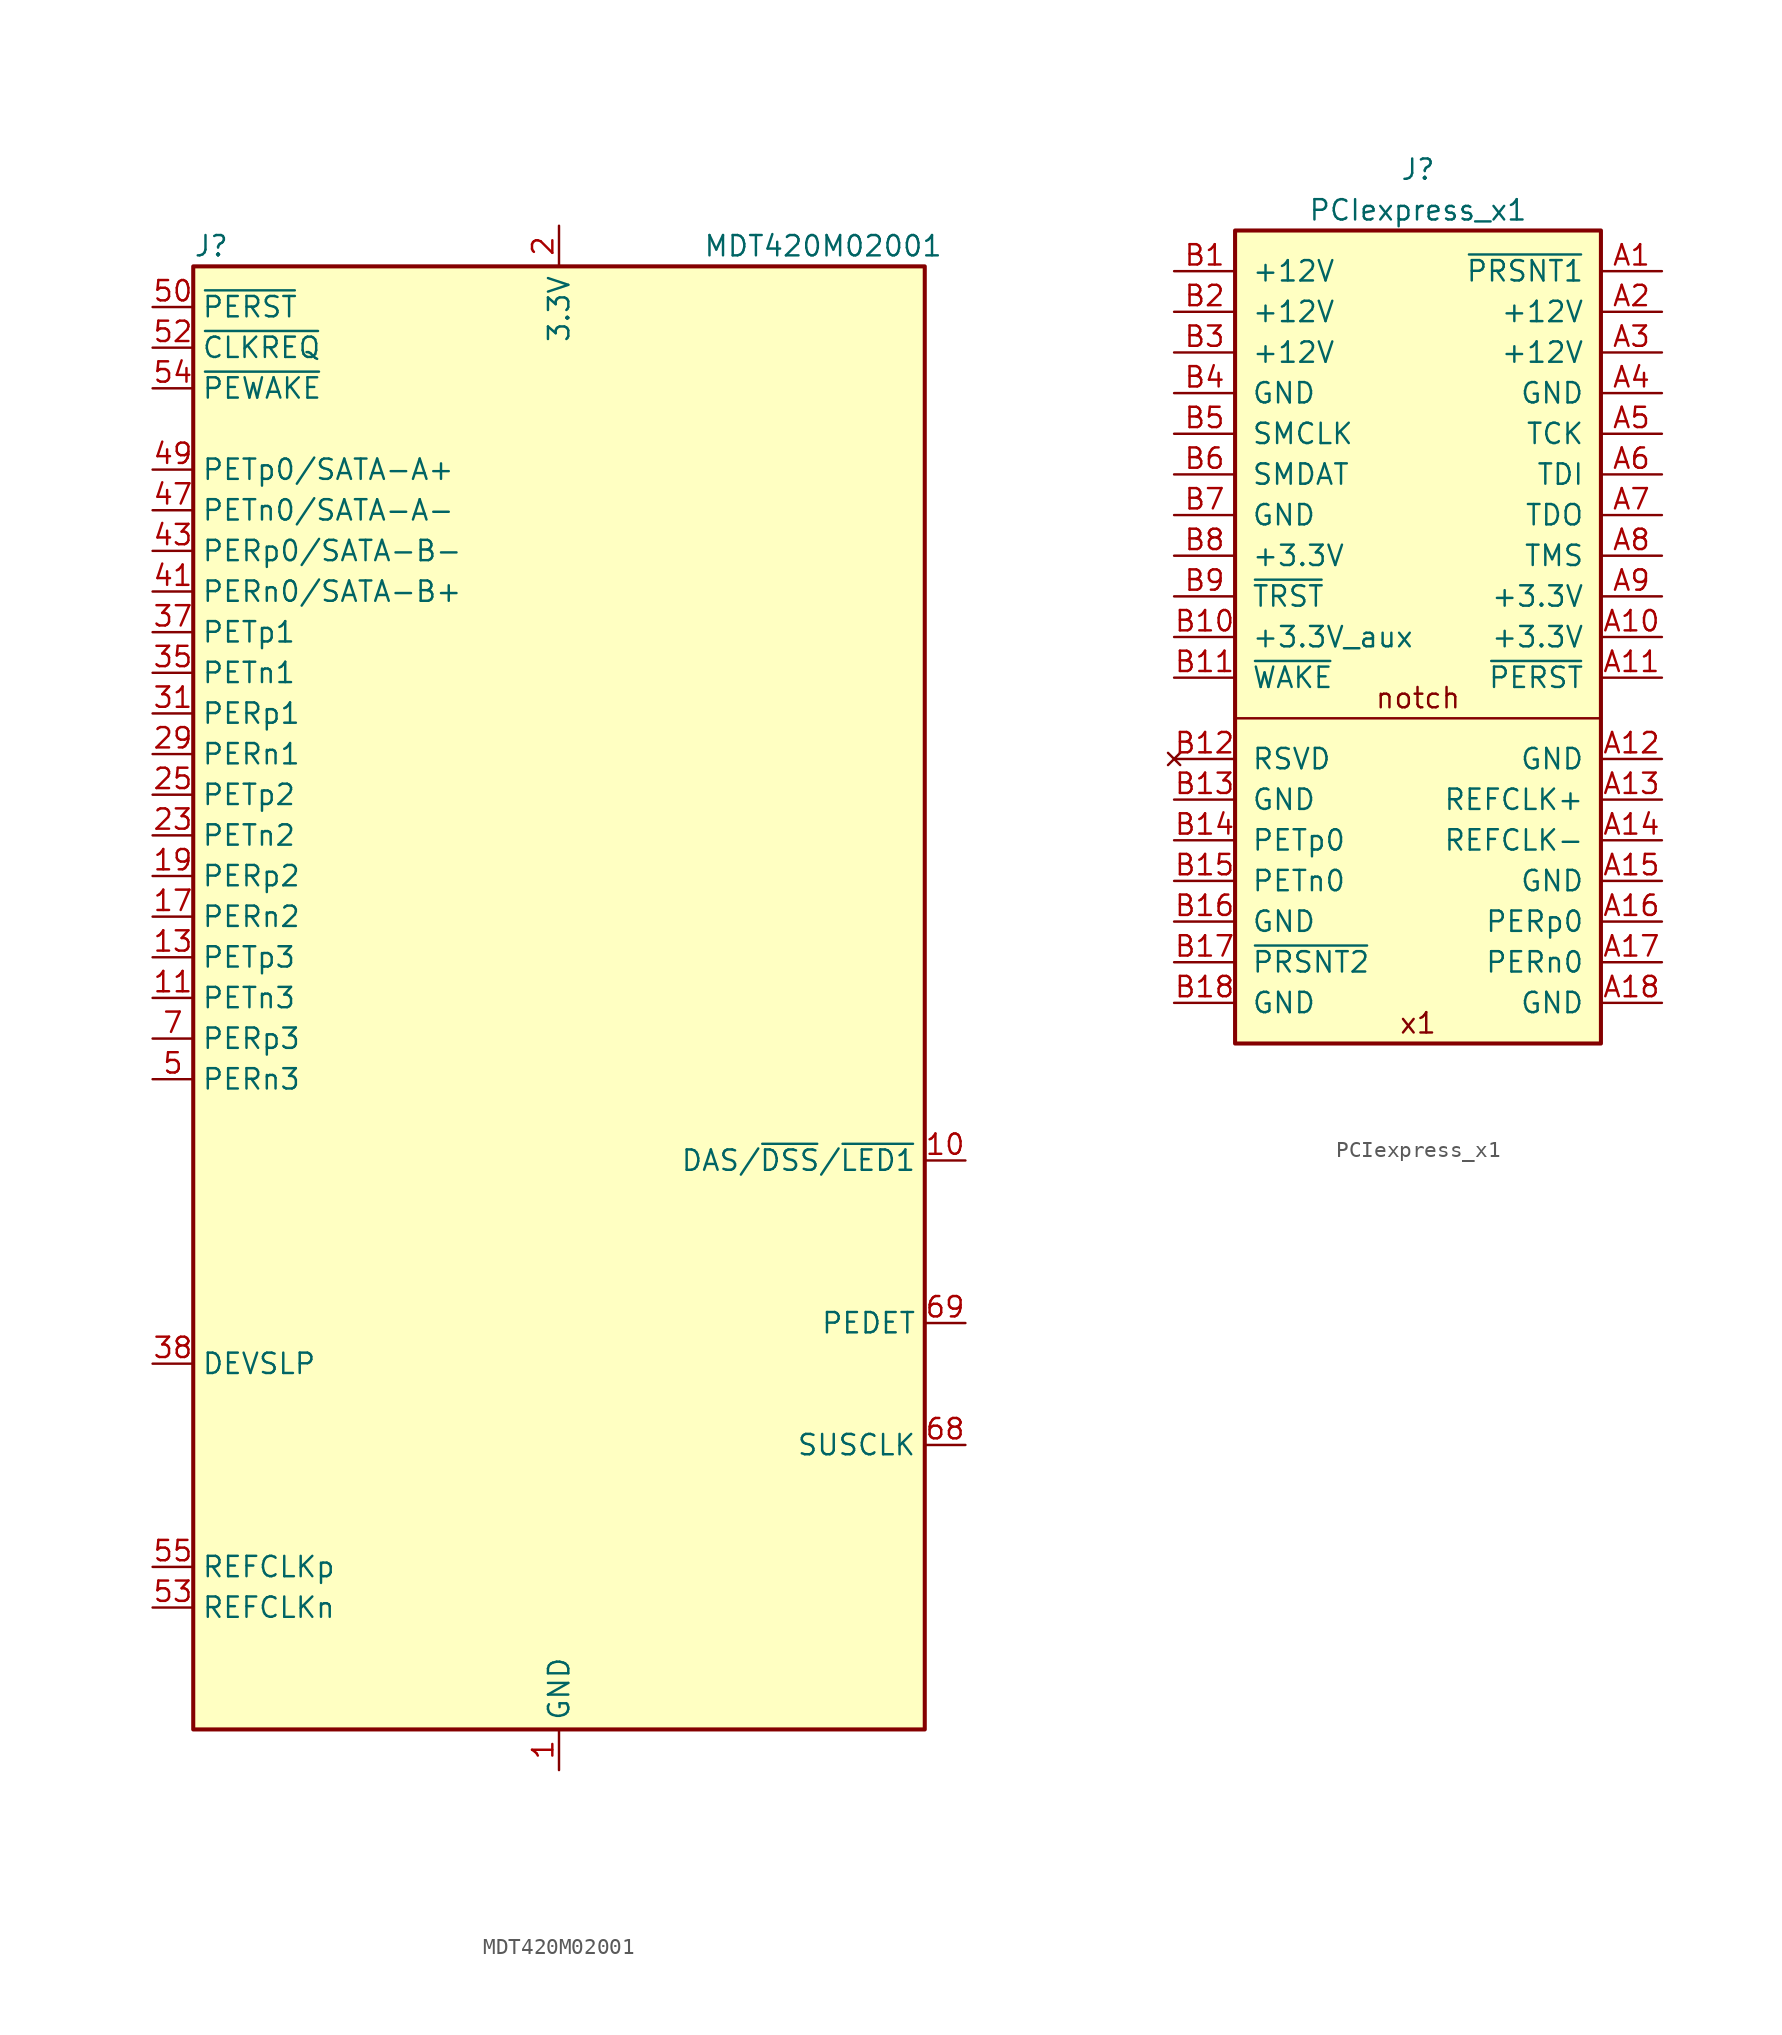
<source format=kicad_sym>
(kicad_symbol_lib
  (version 20231120)
  (generator "kicad_symbol_editor")
  (generator_version "8.0")
  (symbol "MDT420M02001"
    (property "Reference" "J"
      (at -22.86 46.99 0)
      (effects (font (size 1.27 1.27)) (justify left)))
    (property "Value" "MDT420M02001"
      (at 16.51 46.99 0)
      (effects (font (size 1.27 1.27))))
    (symbol "MDT420M02001_0_1"
      (rectangle (start -22.86 45.72) (end 22.86 -45.72) (stroke (width 0.254) (type default)) (fill (type background))))
    (symbol "MDT420M02001_1_1"
      (pin power_in line (at 0 -48.26 90) (length 2.54) (name "GND" (effects (font (size 1.27 1.27)))) (number "1" (effects (font (size 1.27 1.27)))))
      (pin bidirectional line (at 25.4 -10.16 180) (length 2.54) (name "DAS/~{DSS}/~{LED1}" (effects (font (size 1.27 1.27)))) (number "10" (effects (font (size 1.27 1.27)))))
      (pin output line (at -25.4 0 0) (length 2.54) (name "PETn3" (effects (font (size 1.27 1.27)))) (number "11" (effects (font (size 1.27 1.27)))))
      (pin passive line (at 0 48.26 270) (length 2.54) hide (name "3.3V" (effects (font (size 1.27 1.27)))) (number "12" (effects (font (size 1.27 1.27)))))
      (pin output line (at -25.4 2.54 0) (length 2.54) (name "PETp3" (effects (font (size 1.27 1.27)))) (number "13" (effects (font (size 1.27 1.27)))))
      (pin passive line (at 0 48.26 270) (length 2.54) hide (name "3.3V" (effects (font (size 1.27 1.27)))) (number "14" (effects (font (size 1.27 1.27)))))
      (pin passive line (at 0 -48.26 90) (length 2.54) hide (name "GND" (effects (font (size 1.27 1.27)))) (number "15" (effects (font (size 1.27 1.27)))))
      (pin passive line (at 0 48.26 270) (length 2.54) hide (name "3.3V" (effects (font (size 1.27 1.27)))) (number "16" (effects (font (size 1.27 1.27)))))
      (pin input line (at -25.4 5.08 0) (length 2.54) (name "PERn2" (effects (font (size 1.27 1.27)))) (number "17" (effects (font (size 1.27 1.27)))))
      (pin passive line (at 0 48.26 270) (length 2.54) hide (name "3.3V" (effects (font (size 1.27 1.27)))) (number "18" (effects (font (size 1.27 1.27)))))
      (pin input line (at -25.4 7.62 0) (length 2.54) (name "PERp2" (effects (font (size 1.27 1.27)))) (number "19" (effects (font (size 1.27 1.27)))))
      (pin power_in line (at 0 48.26 270) (length 2.54) (name "3.3V" (effects (font (size 1.27 1.27)))) (number "2" (effects (font (size 1.27 1.27)))))
      (pin no_connect line (at 22.86 2.54 180) (length 2.54) hide (name "NC" (effects (font (size 1.27 1.27)))) (number "20" (effects (font (size 1.27 1.27)))))
      (pin passive line (at 0 -48.26 90) (length 2.54) hide (name "GND" (effects (font (size 1.27 1.27)))) (number "21" (effects (font (size 1.27 1.27)))))
      (pin no_connect line (at 22.86 5.08 180) (length 2.54) hide (name "NC" (effects (font (size 1.27 1.27)))) (number "22" (effects (font (size 1.27 1.27)))))
      (pin output line (at -25.4 10.16 0) (length 2.54) (name "PETn2" (effects (font (size 1.27 1.27)))) (number "23" (effects (font (size 1.27 1.27)))))
      (pin no_connect line (at 22.86 7.62 180) (length 2.54) hide (name "NC" (effects (font (size 1.27 1.27)))) (number "24" (effects (font (size 1.27 1.27)))))
      (pin output line (at -25.4 12.7 0) (length 2.54) (name "PETp2" (effects (font (size 1.27 1.27)))) (number "25" (effects (font (size 1.27 1.27)))))
      (pin no_connect line (at 22.86 10.16 180) (length 2.54) hide (name "NC" (effects (font (size 1.27 1.27)))) (number "26" (effects (font (size 1.27 1.27)))))
      (pin passive line (at 0 -48.26 90) (length 2.54) hide (name "GND" (effects (font (size 1.27 1.27)))) (number "27" (effects (font (size 1.27 1.27)))))
      (pin no_connect line (at 22.86 12.7 180) (length 2.54) hide (name "NC" (effects (font (size 1.27 1.27)))) (number "28" (effects (font (size 1.27 1.27)))))
      (pin input line (at -25.4 15.24 0) (length 2.54) (name "PERn1" (effects (font (size 1.27 1.27)))) (number "29" (effects (font (size 1.27 1.27)))))
      (pin passive line (at 0 -48.26 90) (length 2.54) hide (name "GND" (effects (font (size 1.27 1.27)))) (number "3" (effects (font (size 1.27 1.27)))))
      (pin no_connect line (at 22.86 15.24 180) (length 2.54) hide (name "NC" (effects (font (size 1.27 1.27)))) (number "30" (effects (font (size 1.27 1.27)))))
      (pin input line (at -25.4 17.78 0) (length 2.54) (name "PERp1" (effects (font (size 1.27 1.27)))) (number "31" (effects (font (size 1.27 1.27)))))
      (pin no_connect line (at 22.86 17.78 180) (length 2.54) hide (name "NC" (effects (font (size 1.27 1.27)))) (number "32" (effects (font (size 1.27 1.27)))))
      (pin passive line (at 0 -48.26 90) (length 2.54) hide (name "GND" (effects (font (size 1.27 1.27)))) (number "33" (effects (font (size 1.27 1.27)))))
      (pin no_connect line (at 22.86 20.32 180) (length 2.54) hide (name "NC" (effects (font (size 1.27 1.27)))) (number "34" (effects (font (size 1.27 1.27)))))
      (pin output line (at -25.4 20.32 0) (length 2.54) (name "PETn1" (effects (font (size 1.27 1.27)))) (number "35" (effects (font (size 1.27 1.27)))))
      (pin no_connect line (at 22.86 22.86 180) (length 2.54) hide (name "NC" (effects (font (size 1.27 1.27)))) (number "36" (effects (font (size 1.27 1.27)))))
      (pin output line (at -25.4 22.86 0) (length 2.54) (name "PETp1" (effects (font (size 1.27 1.27)))) (number "37" (effects (font (size 1.27 1.27)))))
      (pin output line (at -25.4 -22.86 0) (length 2.54) (name "DEVSLP" (effects (font (size 1.27 1.27)))) (number "38" (effects (font (size 1.27 1.27)))))
      (pin passive line (at 0 -48.26 90) (length 2.54) hide (name "GND" (effects (font (size 1.27 1.27)))) (number "39" (effects (font (size 1.27 1.27)))))
      (pin passive line (at 0 48.26 270) (length 2.54) hide (name "3.3V" (effects (font (size 1.27 1.27)))) (number "4" (effects (font (size 1.27 1.27)))))
      (pin no_connect line (at 22.86 25.4 180) (length 2.54) hide (name "NC" (effects (font (size 1.27 1.27)))) (number "40" (effects (font (size 1.27 1.27)))))
      (pin input line (at -25.4 25.4 0) (length 2.54) (name "PERn0/SATA-B+" (effects (font (size 1.27 1.27)))) (number "41" (effects (font (size 1.27 1.27)))))
      (pin no_connect line (at 22.86 27.94 180) (length 2.54) hide (name "NC" (effects (font (size 1.27 1.27)))) (number "42" (effects (font (size 1.27 1.27)))))
      (pin input line (at -25.4 27.94 0) (length 2.54) (name "PERp0/SATA-B-" (effects (font (size 1.27 1.27)))) (number "43" (effects (font (size 1.27 1.27)))))
      (pin no_connect line (at 22.86 30.48 180) (length 2.54) hide (name "NC" (effects (font (size 1.27 1.27)))) (number "44" (effects (font (size 1.27 1.27)))))
      (pin passive line (at 0 -48.26 90) (length 2.54) hide (name "GND" (effects (font (size 1.27 1.27)))) (number "45" (effects (font (size 1.27 1.27)))))
      (pin no_connect line (at 22.86 33.02 180) (length 2.54) hide (name "NC" (effects (font (size 1.27 1.27)))) (number "46" (effects (font (size 1.27 1.27)))))
      (pin output line (at -25.4 30.48 0) (length 2.54) (name "PETn0/SATA-A-" (effects (font (size 1.27 1.27)))) (number "47" (effects (font (size 1.27 1.27)))))
      (pin no_connect line (at 22.86 35.56 180) (length 2.54) hide (name "NC" (effects (font (size 1.27 1.27)))) (number "48" (effects (font (size 1.27 1.27)))))
      (pin output line (at -25.4 33.02 0) (length 2.54) (name "PETp0/SATA-A+" (effects (font (size 1.27 1.27)))) (number "49" (effects (font (size 1.27 1.27)))))
      (pin input line (at -25.4 -5.08 0) (length 2.54) (name "PERn3" (effects (font (size 1.27 1.27)))) (number "5" (effects (font (size 1.27 1.27)))))
      (pin output line (at -25.4 43.18 0) (length 2.54) (name "~{PERST}" (effects (font (size 1.27 1.27)))) (number "50" (effects (font (size 1.27 1.27)))))
      (pin passive line (at 0 -48.26 90) (length 2.54) hide (name "GND" (effects (font (size 1.27 1.27)))) (number "51" (effects (font (size 1.27 1.27)))))
      (pin bidirectional line (at -25.4 40.64 0) (length 2.54) (name "~{CLKREQ}" (effects (font (size 1.27 1.27)))) (number "52" (effects (font (size 1.27 1.27)))))
      (pin output line (at -25.4 -38.1 0) (length 2.54) (name "REFCLKn" (effects (font (size 1.27 1.27)))) (number "53" (effects (font (size 1.27 1.27)))))
      (pin bidirectional line (at -25.4 38.1 0) (length 2.54) (name "~{PEWAKE}" (effects (font (size 1.27 1.27)))) (number "54" (effects (font (size 1.27 1.27)))))
      (pin output line (at -25.4 -35.56 0) (length 2.54) (name "REFCLKp" (effects (font (size 1.27 1.27)))) (number "55" (effects (font (size 1.27 1.27)))))
      (pin no_connect line (at 22.86 38.1 180) (length 2.54) hide (name "NC" (effects (font (size 1.27 1.27)))) (number "56" (effects (font (size 1.27 1.27)))))
      (pin passive line (at 0 -48.26 90) (length 2.54) hide (name "GND" (effects (font (size 1.27 1.27)))) (number "57" (effects (font (size 1.27 1.27)))))
      (pin no_connect line (at 22.86 40.64 180) (length 2.54) hide (name "NC" (effects (font (size 1.27 1.27)))) (number "58" (effects (font (size 1.27 1.27)))))
      (pin no_connect line (at 22.86 -2.54 180) (length 2.54) hide (name "NC" (effects (font (size 1.27 1.27)))) (number "6" (effects (font (size 1.27 1.27)))))
      (pin no_connect line (at 22.86 -5.08 180) (length 2.54) hide (name "NC" (effects (font (size 1.27 1.27)))) (number "67" (effects (font (size 1.27 1.27)))))
      (pin output line (at 25.4 -27.94 180) (length 2.54) (name "SUSCLK" (effects (font (size 1.27 1.27)))) (number "68" (effects (font (size 1.27 1.27)))))
      (pin passive line (at 25.4 -20.32 180) (length 2.54) (name "PEDET" (effects (font (size 1.27 1.27)))) (number "69" (effects (font (size 1.27 1.27)))))
      (pin input line (at -25.4 -2.54 0) (length 2.54) (name "PERp3" (effects (font (size 1.27 1.27)))) (number "7" (effects (font (size 1.27 1.27)))))
      (pin passive line (at 0 48.26 270) (length 2.54) hide (name "3.3V" (effects (font (size 1.27 1.27)))) (number "70" (effects (font (size 1.27 1.27)))))
      (pin passive line (at 0 -48.26 90) (length 2.54) hide (name "GND" (effects (font (size 1.27 1.27)))) (number "71" (effects (font (size 1.27 1.27)))))
      (pin passive line (at 0 48.26 270) (length 2.54) hide (name "3.3V" (effects (font (size 1.27 1.27)))) (number "72" (effects (font (size 1.27 1.27)))))
      (pin passive line (at 0 -48.26 90) (length 2.54) hide (name "GND" (effects (font (size 1.27 1.27)))) (number "73" (effects (font (size 1.27 1.27)))))
      (pin passive line (at 0 48.26 270) (length 2.54) hide (name "3.3V" (effects (font (size 1.27 1.27)))) (number "74" (effects (font (size 1.27 1.27)))))
      (pin passive line (at 0 -48.26 90) (length 2.54) hide (name "GND" (effects (font (size 1.27 1.27)))) (number "75" (effects (font (size 1.27 1.27)))))
      (pin no_connect line (at 22.86 0 180) (length 2.54) hide (name "NC" (effects (font (size 1.27 1.27)))) (number "8" (effects (font (size 1.27 1.27)))))
      (pin passive line (at 0 -48.26 90) (length 2.54) hide (name "GND" (effects (font (size 1.27 1.27)))) (number "9" (effects (font (size 1.27 1.27)))))))
  (symbol "PCIexpress_x1"
    (pin_names
      (offset 1.016))
    (property "Reference" "J"
      (at 0 3.81 0)
      (effects (font (size 1.27 1.27))))
    (property "Value" "PCIexpress_x1"
      (at 0 1.27 0)
      (effects (font (size 1.27 1.27))))
    (symbol "PCIexpress_x1_0_0"
      (text "notch" (at 0 -29.21 0) (effects (font (size 1.27 1.27))))
      (text "x1" (at 0 -49.53 0) (effects (font (size 1.27 1.27)))))
    (symbol "PCIexpress_x1_0_1"
      (polyline (pts (xy 11.43 -30.48) (xy -11.43 -30.48)) (stroke (width 0) (type default)) (fill (type none))))
    (symbol "PCIexpress_x1_1_1"
      (rectangle (start 11.43 0) (end -11.43 -50.8) (stroke (width 0.254) (type default)) (fill (type background)))
      (pin passive line (at 15.24 -2.54 180) (length 3.81) (name "~{PRSNT1}" (effects (font (size 1.27 1.27)))) (number "A1" (effects (font (size 1.27 1.27)))))
      (pin power_out line (at 15.24 -25.4 180) (length 3.81) (name "+3.3V" (effects (font (size 1.27 1.27)))) (number "A10" (effects (font (size 1.27 1.27)))))
      (pin output line (at 15.24 -27.94 180) (length 3.81) (name "~{PERST}" (effects (font (size 1.27 1.27)))) (number "A11" (effects (font (size 1.27 1.27)))))
      (pin power_out line (at 15.24 -33.02 180) (length 3.81) (name "GND" (effects (font (size 1.27 1.27)))) (number "A12" (effects (font (size 1.27 1.27)))))
      (pin output line (at 15.24 -35.56 180) (length 3.81) (name "REFCLK+" (effects (font (size 1.27 1.27)))) (number "A13" (effects (font (size 1.27 1.27)))))
      (pin output line (at 15.24 -38.1 180) (length 3.81) (name "REFCLK-" (effects (font (size 1.27 1.27)))) (number "A14" (effects (font (size 1.27 1.27)))))
      (pin power_out line (at 15.24 -40.64 180) (length 3.81) (name "GND" (effects (font (size 1.27 1.27)))) (number "A15" (effects (font (size 1.27 1.27)))))
      (pin input line (at 15.24 -43.18 180) (length 3.81) (name "PERp0" (effects (font (size 1.27 1.27)))) (number "A16" (effects (font (size 1.27 1.27)))))
      (pin input line (at 15.24 -45.72 180) (length 3.81) (name "PERn0" (effects (font (size 1.27 1.27)))) (number "A17" (effects (font (size 1.27 1.27)))))
      (pin power_out line (at 15.24 -48.26 180) (length 3.81) (name "GND" (effects (font (size 1.27 1.27)))) (number "A18" (effects (font (size 1.27 1.27)))))
      (pin power_out line (at 15.24 -5.08 180) (length 3.81) (name "+12V" (effects (font (size 1.27 1.27)))) (number "A2" (effects (font (size 1.27 1.27)))))
      (pin power_out line (at 15.24 -7.62 180) (length 3.81) (name "+12V" (effects (font (size 1.27 1.27)))) (number "A3" (effects (font (size 1.27 1.27)))))
      (pin power_out line (at 15.24 -10.16 180) (length 3.81) (name "GND" (effects (font (size 1.27 1.27)))) (number "A4" (effects (font (size 1.27 1.27)))))
      (pin output line (at 15.24 -12.7 180) (length 3.81) (name "TCK" (effects (font (size 1.27 1.27)))) (number "A5" (effects (font (size 1.27 1.27)))))
      (pin output line (at 15.24 -15.24 180) (length 3.81) (name "TDI" (effects (font (size 1.27 1.27)))) (number "A6" (effects (font (size 1.27 1.27)))))
      (pin input line (at 15.24 -17.78 180) (length 3.81) (name "TDO" (effects (font (size 1.27 1.27)))) (number "A7" (effects (font (size 1.27 1.27)))))
      (pin output line (at 15.24 -20.32 180) (length 3.81) (name "TMS" (effects (font (size 1.27 1.27)))) (number "A8" (effects (font (size 1.27 1.27)))))
      (pin power_out line (at 15.24 -22.86 180) (length 3.81) (name "+3.3V" (effects (font (size 1.27 1.27)))) (number "A9" (effects (font (size 1.27 1.27)))))
      (pin power_out line (at -15.24 -2.54 0) (length 3.81) (name "+12V" (effects (font (size 1.27 1.27)))) (number "B1" (effects (font (size 1.27 1.27)))))
      (pin power_out line (at -15.24 -25.4 0) (length 3.81) (name "+3.3V_aux" (effects (font (size 1.27 1.27)))) (number "B10" (effects (font (size 1.27 1.27)))))
      (pin open_collector line (at -15.24 -27.94 0) (length 3.81) (name "~{WAKE}" (effects (font (size 1.27 1.27)))) (number "B11" (effects (font (size 1.27 1.27)))))
      (pin no_connect line (at -15.24 -33.02 0) (length 3.81) (name "RSVD" (effects (font (size 1.27 1.27)))) (number "B12" (effects (font (size 1.27 1.27)))))
      (pin power_out line (at -15.24 -35.56 0) (length 3.81) (name "GND" (effects (font (size 1.27 1.27)))) (number "B13" (effects (font (size 1.27 1.27)))))
      (pin output line (at -15.24 -38.1 0) (length 3.81) (name "PETp0" (effects (font (size 1.27 1.27)))) (number "B14" (effects (font (size 1.27 1.27)))))
      (pin output line (at -15.24 -40.64 0) (length 3.81) (name "PETn0" (effects (font (size 1.27 1.27)))) (number "B15" (effects (font (size 1.27 1.27)))))
      (pin power_out line (at -15.24 -43.18 0) (length 3.81) (name "GND" (effects (font (size 1.27 1.27)))) (number "B16" (effects (font (size 1.27 1.27)))))
      (pin passive line (at -15.24 -45.72 0) (length 3.81) (name "~{PRSNT2}" (effects (font (size 1.27 1.27)))) (number "B17" (effects (font (size 1.27 1.27)))))
      (pin power_out line (at -15.24 -48.26 0) (length 3.81) (name "GND" (effects (font (size 1.27 1.27)))) (number "B18" (effects (font (size 1.27 1.27)))))
      (pin power_out line (at -15.24 -5.08 0) (length 3.81) (name "+12V" (effects (font (size 1.27 1.27)))) (number "B2" (effects (font (size 1.27 1.27)))))
      (pin power_out line (at -15.24 -7.62 0) (length 3.81) (name "+12V" (effects (font (size 1.27 1.27)))) (number "B3" (effects (font (size 1.27 1.27)))))
      (pin power_out line (at -15.24 -10.16 0) (length 3.81) (name "GND" (effects (font (size 1.27 1.27)))) (number "B4" (effects (font (size 1.27 1.27)))))
      (pin open_collector line (at -15.24 -12.7 0) (length 3.81) (name "SMCLK" (effects (font (size 1.27 1.27)))) (number "B5" (effects (font (size 1.27 1.27)))))
      (pin open_collector line (at -15.24 -15.24 0) (length 3.81) (name "SMDAT" (effects (font (size 1.27 1.27)))) (number "B6" (effects (font (size 1.27 1.27)))))
      (pin power_out line (at -15.24 -17.78 0) (length 3.81) (name "GND" (effects (font (size 1.27 1.27)))) (number "B7" (effects (font (size 1.27 1.27)))))
      (pin power_out line (at -15.24 -20.32 0) (length 3.81) (name "+3.3V" (effects (font (size 1.27 1.27)))) (number "B8" (effects (font (size 1.27 1.27)))))
      (pin output line (at -15.24 -22.86 0) (length 3.81) (name "~{TRST}" (effects (font (size 1.27 1.27)))) (number "B9" (effects (font (size 1.27 1.27))))))))
</source>
